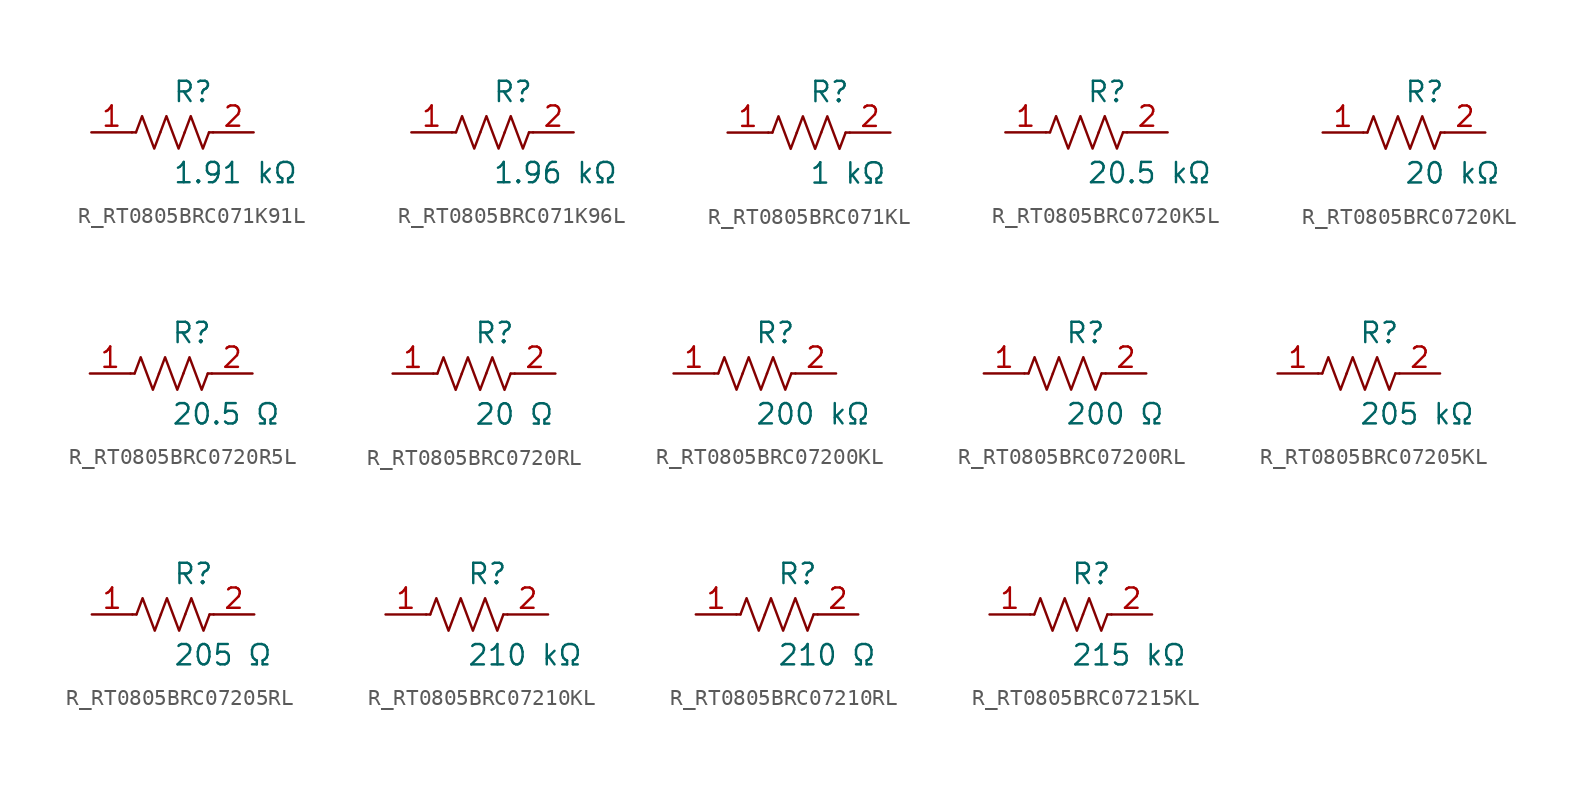
<source format=kicad_sym>
(kicad_symbol_lib
  (version 20231120)
  (generator kicad_symbol_editor)
  (generator_version 8.0)
  (symbol "R_RT0805BRC071K91L"
    (pin_names
      (offset 0.254))
    (property "Reference" "R"
      (at 0 2.54 0)
      (effects (font (size 1.27 1.27)) (justify left)))
    (property "Value" "1.91 kΩ"
      (at 0 -2.54 0)
      (effects (font (size 1.27 1.27)) (justify left)))
    (symbol "R_RT0805BRC071K91L_0_1"
      (polyline (pts (xy 2.286 0) (xy 2.54 0)) (stroke (width 0) (type default)) (fill (type none)))
      (polyline (pts (xy -2.286 0) (xy -2.54 0)) (stroke (width 0) (type default)) (fill (type none)))
      (polyline (pts (xy 0.762 0) (xy 1.143 1.016) (xy 1.524 0) (xy 1.905 -1.016) (xy 2.286 0)) (stroke (width 0) (type default)) (fill (type none)))
      (polyline (pts (xy -0.762 0) (xy -0.381 1.016) (xy 0 0) (xy 0.381 -1.016) (xy 0.762 0)) (stroke (width 0) (type default)) (fill (type none)))
      (polyline (pts (xy -2.286 0) (xy -1.905 1.016) (xy -1.524 0) (xy -1.143 -1.016) (xy -0.762 0)) (stroke (width 0) (type default)) (fill (type none))))
    (pin unspecified line
      (at -5.08 0 0)
      (length 2.54)
      (name "" (effects (font (size 1.27 1.27))))
      (number "1" (effects (font (size 1.27 1.27)))))
    (pin unspecified line
      (at 5.08 0 180)
      (length 2.54)
      (name "" (effects (font (size 1.27 1.27))))
      (number "2" (effects (font (size 1.27 1.27))))))
  (symbol "R_RT0805BRC071K96L"
    (pin_names
      (offset 0.254))
    (property "Reference" "R"
      (at 0 2.54 0)
      (effects (font (size 1.27 1.27)) (justify left)))
    (property "Value" "1.96 kΩ"
      (at 0 -2.54 0)
      (effects (font (size 1.27 1.27)) (justify left)))
    (symbol "R_RT0805BRC071K96L_0_1"
      (polyline (pts (xy 2.286 0) (xy 2.54 0)) (stroke (width 0) (type default)) (fill (type none)))
      (polyline (pts (xy -2.286 0) (xy -2.54 0)) (stroke (width 0) (type default)) (fill (type none)))
      (polyline (pts (xy 0.762 0) (xy 1.143 1.016) (xy 1.524 0) (xy 1.905 -1.016) (xy 2.286 0)) (stroke (width 0) (type default)) (fill (type none)))
      (polyline (pts (xy -0.762 0) (xy -0.381 1.016) (xy 0 0) (xy 0.381 -1.016) (xy 0.762 0)) (stroke (width 0) (type default)) (fill (type none)))
      (polyline (pts (xy -2.286 0) (xy -1.905 1.016) (xy -1.524 0) (xy -1.143 -1.016) (xy -0.762 0)) (stroke (width 0) (type default)) (fill (type none))))
    (pin unspecified line
      (at -5.08 0 0)
      (length 2.54)
      (name "" (effects (font (size 1.27 1.27))))
      (number "1" (effects (font (size 1.27 1.27)))))
    (pin unspecified line
      (at 5.08 0 180)
      (length 2.54)
      (name "" (effects (font (size 1.27 1.27))))
      (number "2" (effects (font (size 1.27 1.27))))))
  (symbol "R_RT0805BRC071KL"
    (pin_names
      (offset 0.254))
    (property "Reference" "R"
      (at 0 2.54 0)
      (effects (font (size 1.27 1.27)) (justify left)))
    (property "Value" "1 kΩ"
      (at 0 -2.54 0)
      (effects (font (size 1.27 1.27)) (justify left)))
    (symbol "R_RT0805BRC071KL_0_1"
      (polyline (pts (xy 2.286 0) (xy 2.54 0)) (stroke (width 0) (type default)) (fill (type none)))
      (polyline (pts (xy -2.286 0) (xy -2.54 0)) (stroke (width 0) (type default)) (fill (type none)))
      (polyline (pts (xy 0.762 0) (xy 1.143 1.016) (xy 1.524 0) (xy 1.905 -1.016) (xy 2.286 0)) (stroke (width 0) (type default)) (fill (type none)))
      (polyline (pts (xy -0.762 0) (xy -0.381 1.016) (xy 0 0) (xy 0.381 -1.016) (xy 0.762 0)) (stroke (width 0) (type default)) (fill (type none)))
      (polyline (pts (xy -2.286 0) (xy -1.905 1.016) (xy -1.524 0) (xy -1.143 -1.016) (xy -0.762 0)) (stroke (width 0) (type default)) (fill (type none))))
    (pin unspecified line
      (at -5.08 0 0)
      (length 2.54)
      (name "" (effects (font (size 1.27 1.27))))
      (number "1" (effects (font (size 1.27 1.27)))))
    (pin unspecified line
      (at 5.08 0 180)
      (length 2.54)
      (name "" (effects (font (size 1.27 1.27))))
      (number "2" (effects (font (size 1.27 1.27))))))
  (symbol "R_RT0805BRC0720K5L"
    (pin_names
      (offset 0.254))
    (property "Reference" "R"
      (at 0 2.54 0)
      (effects (font (size 1.27 1.27)) (justify left)))
    (property "Value" "20.5 kΩ"
      (at 0 -2.54 0)
      (effects (font (size 1.27 1.27)) (justify left)))
    (symbol "R_RT0805BRC0720K5L_0_1"
      (polyline (pts (xy 2.286 0) (xy 2.54 0)) (stroke (width 0) (type default)) (fill (type none)))
      (polyline (pts (xy -2.286 0) (xy -2.54 0)) (stroke (width 0) (type default)) (fill (type none)))
      (polyline (pts (xy 0.762 0) (xy 1.143 1.016) (xy 1.524 0) (xy 1.905 -1.016) (xy 2.286 0)) (stroke (width 0) (type default)) (fill (type none)))
      (polyline (pts (xy -0.762 0) (xy -0.381 1.016) (xy 0 0) (xy 0.381 -1.016) (xy 0.762 0)) (stroke (width 0) (type default)) (fill (type none)))
      (polyline (pts (xy -2.286 0) (xy -1.905 1.016) (xy -1.524 0) (xy -1.143 -1.016) (xy -0.762 0)) (stroke (width 0) (type default)) (fill (type none))))
    (pin unspecified line
      (at -5.08 0 0)
      (length 2.54)
      (name "" (effects (font (size 1.27 1.27))))
      (number "1" (effects (font (size 1.27 1.27)))))
    (pin unspecified line
      (at 5.08 0 180)
      (length 2.54)
      (name "" (effects (font (size 1.27 1.27))))
      (number "2" (effects (font (size 1.27 1.27))))))
  (symbol "R_RT0805BRC0720KL"
    (pin_names
      (offset 0.254))
    (property "Reference" "R"
      (at 0 2.54 0)
      (effects (font (size 1.27 1.27)) (justify left)))
    (property "Value" "20 kΩ"
      (at 0 -2.54 0)
      (effects (font (size 1.27 1.27)) (justify left)))
    (symbol "R_RT0805BRC0720KL_0_1"
      (polyline (pts (xy 2.286 0) (xy 2.54 0)) (stroke (width 0) (type default)) (fill (type none)))
      (polyline (pts (xy -2.286 0) (xy -2.54 0)) (stroke (width 0) (type default)) (fill (type none)))
      (polyline (pts (xy 0.762 0) (xy 1.143 1.016) (xy 1.524 0) (xy 1.905 -1.016) (xy 2.286 0)) (stroke (width 0) (type default)) (fill (type none)))
      (polyline (pts (xy -0.762 0) (xy -0.381 1.016) (xy 0 0) (xy 0.381 -1.016) (xy 0.762 0)) (stroke (width 0) (type default)) (fill (type none)))
      (polyline (pts (xy -2.286 0) (xy -1.905 1.016) (xy -1.524 0) (xy -1.143 -1.016) (xy -0.762 0)) (stroke (width 0) (type default)) (fill (type none))))
    (pin unspecified line
      (at -5.08 0 0)
      (length 2.54)
      (name "" (effects (font (size 1.27 1.27))))
      (number "1" (effects (font (size 1.27 1.27)))))
    (pin unspecified line
      (at 5.08 0 180)
      (length 2.54)
      (name "" (effects (font (size 1.27 1.27))))
      (number "2" (effects (font (size 1.27 1.27))))))
  (symbol "R_RT0805BRC0720R5L"
    (pin_names
      (offset 0.254))
    (property "Reference" "R"
      (at 0 2.54 0)
      (effects (font (size 1.27 1.27)) (justify left)))
    (property "Value" "20.5 Ω"
      (at 0 -2.54 0)
      (effects (font (size 1.27 1.27)) (justify left)))
    (symbol "R_RT0805BRC0720R5L_0_1"
      (polyline (pts (xy 2.286 0) (xy 2.54 0)) (stroke (width 0) (type default)) (fill (type none)))
      (polyline (pts (xy -2.286 0) (xy -2.54 0)) (stroke (width 0) (type default)) (fill (type none)))
      (polyline (pts (xy 0.762 0) (xy 1.143 1.016) (xy 1.524 0) (xy 1.905 -1.016) (xy 2.286 0)) (stroke (width 0) (type default)) (fill (type none)))
      (polyline (pts (xy -0.762 0) (xy -0.381 1.016) (xy 0 0) (xy 0.381 -1.016) (xy 0.762 0)) (stroke (width 0) (type default)) (fill (type none)))
      (polyline (pts (xy -2.286 0) (xy -1.905 1.016) (xy -1.524 0) (xy -1.143 -1.016) (xy -0.762 0)) (stroke (width 0) (type default)) (fill (type none))))
    (pin unspecified line
      (at -5.08 0 0)
      (length 2.54)
      (name "" (effects (font (size 1.27 1.27))))
      (number "1" (effects (font (size 1.27 1.27)))))
    (pin unspecified line
      (at 5.08 0 180)
      (length 2.54)
      (name "" (effects (font (size 1.27 1.27))))
      (number "2" (effects (font (size 1.27 1.27))))))
  (symbol "R_RT0805BRC0720RL"
    (pin_names
      (offset 0.254))
    (property "Reference" "R"
      (at 0 2.54 0)
      (effects (font (size 1.27 1.27)) (justify left)))
    (property "Value" "20 Ω"
      (at 0 -2.54 0)
      (effects (font (size 1.27 1.27)) (justify left)))
    (symbol "R_RT0805BRC0720RL_0_1"
      (polyline (pts (xy 2.286 0) (xy 2.54 0)) (stroke (width 0) (type default)) (fill (type none)))
      (polyline (pts (xy -2.286 0) (xy -2.54 0)) (stroke (width 0) (type default)) (fill (type none)))
      (polyline (pts (xy 0.762 0) (xy 1.143 1.016) (xy 1.524 0) (xy 1.905 -1.016) (xy 2.286 0)) (stroke (width 0) (type default)) (fill (type none)))
      (polyline (pts (xy -0.762 0) (xy -0.381 1.016) (xy 0 0) (xy 0.381 -1.016) (xy 0.762 0)) (stroke (width 0) (type default)) (fill (type none)))
      (polyline (pts (xy -2.286 0) (xy -1.905 1.016) (xy -1.524 0) (xy -1.143 -1.016) (xy -0.762 0)) (stroke (width 0) (type default)) (fill (type none))))
    (pin unspecified line
      (at -5.08 0 0)
      (length 2.54)
      (name "" (effects (font (size 1.27 1.27))))
      (number "1" (effects (font (size 1.27 1.27)))))
    (pin unspecified line
      (at 5.08 0 180)
      (length 2.54)
      (name "" (effects (font (size 1.27 1.27))))
      (number "2" (effects (font (size 1.27 1.27))))))
  (symbol "R_RT0805BRC07200KL"
    (pin_names
      (offset 0.254))
    (property "Reference" "R"
      (at 0 2.54 0)
      (effects (font (size 1.27 1.27)) (justify left)))
    (property "Value" "200 kΩ"
      (at 0 -2.54 0)
      (effects (font (size 1.27 1.27)) (justify left)))
    (symbol "R_RT0805BRC07200KL_0_1"
      (polyline (pts (xy 2.286 0) (xy 2.54 0)) (stroke (width 0) (type default)) (fill (type none)))
      (polyline (pts (xy -2.286 0) (xy -2.54 0)) (stroke (width 0) (type default)) (fill (type none)))
      (polyline (pts (xy 0.762 0) (xy 1.143 1.016) (xy 1.524 0) (xy 1.905 -1.016) (xy 2.286 0)) (stroke (width 0) (type default)) (fill (type none)))
      (polyline (pts (xy -0.762 0) (xy -0.381 1.016) (xy 0 0) (xy 0.381 -1.016) (xy 0.762 0)) (stroke (width 0) (type default)) (fill (type none)))
      (polyline (pts (xy -2.286 0) (xy -1.905 1.016) (xy -1.524 0) (xy -1.143 -1.016) (xy -0.762 0)) (stroke (width 0) (type default)) (fill (type none))))
    (pin unspecified line
      (at -5.08 0 0)
      (length 2.54)
      (name "" (effects (font (size 1.27 1.27))))
      (number "1" (effects (font (size 1.27 1.27)))))
    (pin unspecified line
      (at 5.08 0 180)
      (length 2.54)
      (name "" (effects (font (size 1.27 1.27))))
      (number "2" (effects (font (size 1.27 1.27))))))
  (symbol "R_RT0805BRC07200RL"
    (pin_names
      (offset 0.254))
    (property "Reference" "R"
      (at 0 2.54 0)
      (effects (font (size 1.27 1.27)) (justify left)))
    (property "Value" "200 Ω"
      (at 0 -2.54 0)
      (effects (font (size 1.27 1.27)) (justify left)))
    (symbol "R_RT0805BRC07200RL_0_1"
      (polyline (pts (xy 2.286 0) (xy 2.54 0)) (stroke (width 0) (type default)) (fill (type none)))
      (polyline (pts (xy -2.286 0) (xy -2.54 0)) (stroke (width 0) (type default)) (fill (type none)))
      (polyline (pts (xy 0.762 0) (xy 1.143 1.016) (xy 1.524 0) (xy 1.905 -1.016) (xy 2.286 0)) (stroke (width 0) (type default)) (fill (type none)))
      (polyline (pts (xy -0.762 0) (xy -0.381 1.016) (xy 0 0) (xy 0.381 -1.016) (xy 0.762 0)) (stroke (width 0) (type default)) (fill (type none)))
      (polyline (pts (xy -2.286 0) (xy -1.905 1.016) (xy -1.524 0) (xy -1.143 -1.016) (xy -0.762 0)) (stroke (width 0) (type default)) (fill (type none))))
    (pin unspecified line
      (at -5.08 0 0)
      (length 2.54)
      (name "" (effects (font (size 1.27 1.27))))
      (number "1" (effects (font (size 1.27 1.27)))))
    (pin unspecified line
      (at 5.08 0 180)
      (length 2.54)
      (name "" (effects (font (size 1.27 1.27))))
      (number "2" (effects (font (size 1.27 1.27))))))
  (symbol "R_RT0805BRC07205KL"
    (pin_names
      (offset 0.254))
    (property "Reference" "R"
      (at 0 2.54 0)
      (effects (font (size 1.27 1.27)) (justify left)))
    (property "Value" "205 kΩ"
      (at 0 -2.54 0)
      (effects (font (size 1.27 1.27)) (justify left)))
    (symbol "R_RT0805BRC07205KL_0_1"
      (polyline (pts (xy 2.286 0) (xy 2.54 0)) (stroke (width 0) (type default)) (fill (type none)))
      (polyline (pts (xy -2.286 0) (xy -2.54 0)) (stroke (width 0) (type default)) (fill (type none)))
      (polyline (pts (xy 0.762 0) (xy 1.143 1.016) (xy 1.524 0) (xy 1.905 -1.016) (xy 2.286 0)) (stroke (width 0) (type default)) (fill (type none)))
      (polyline (pts (xy -0.762 0) (xy -0.381 1.016) (xy 0 0) (xy 0.381 -1.016) (xy 0.762 0)) (stroke (width 0) (type default)) (fill (type none)))
      (polyline (pts (xy -2.286 0) (xy -1.905 1.016) (xy -1.524 0) (xy -1.143 -1.016) (xy -0.762 0)) (stroke (width 0) (type default)) (fill (type none))))
    (pin unspecified line
      (at -5.08 0 0)
      (length 2.54)
      (name "" (effects (font (size 1.27 1.27))))
      (number "1" (effects (font (size 1.27 1.27)))))
    (pin unspecified line
      (at 5.08 0 180)
      (length 2.54)
      (name "" (effects (font (size 1.27 1.27))))
      (number "2" (effects (font (size 1.27 1.27))))))
  (symbol "R_RT0805BRC07205RL"
    (pin_names
      (offset 0.254))
    (property "Reference" "R"
      (at 0 2.54 0)
      (effects (font (size 1.27 1.27)) (justify left)))
    (property "Value" "205 Ω"
      (at 0 -2.54 0)
      (effects (font (size 1.27 1.27)) (justify left)))
    (symbol "R_RT0805BRC07205RL_0_1"
      (polyline (pts (xy 2.286 0) (xy 2.54 0)) (stroke (width 0) (type default)) (fill (type none)))
      (polyline (pts (xy -2.286 0) (xy -2.54 0)) (stroke (width 0) (type default)) (fill (type none)))
      (polyline (pts (xy 0.762 0) (xy 1.143 1.016) (xy 1.524 0) (xy 1.905 -1.016) (xy 2.286 0)) (stroke (width 0) (type default)) (fill (type none)))
      (polyline (pts (xy -0.762 0) (xy -0.381 1.016) (xy 0 0) (xy 0.381 -1.016) (xy 0.762 0)) (stroke (width 0) (type default)) (fill (type none)))
      (polyline (pts (xy -2.286 0) (xy -1.905 1.016) (xy -1.524 0) (xy -1.143 -1.016) (xy -0.762 0)) (stroke (width 0) (type default)) (fill (type none))))
    (pin unspecified line
      (at -5.08 0 0)
      (length 2.54)
      (name "" (effects (font (size 1.27 1.27))))
      (number "1" (effects (font (size 1.27 1.27)))))
    (pin unspecified line
      (at 5.08 0 180)
      (length 2.54)
      (name "" (effects (font (size 1.27 1.27))))
      (number "2" (effects (font (size 1.27 1.27))))))
  (symbol "R_RT0805BRC07210KL"
    (pin_names
      (offset 0.254))
    (property "Reference" "R"
      (at 0 2.54 0)
      (effects (font (size 1.27 1.27)) (justify left)))
    (property "Value" "210 kΩ"
      (at 0 -2.54 0)
      (effects (font (size 1.27 1.27)) (justify left)))
    (symbol "R_RT0805BRC07210KL_0_1"
      (polyline (pts (xy 2.286 0) (xy 2.54 0)) (stroke (width 0) (type default)) (fill (type none)))
      (polyline (pts (xy -2.286 0) (xy -2.54 0)) (stroke (width 0) (type default)) (fill (type none)))
      (polyline (pts (xy 0.762 0) (xy 1.143 1.016) (xy 1.524 0) (xy 1.905 -1.016) (xy 2.286 0)) (stroke (width 0) (type default)) (fill (type none)))
      (polyline (pts (xy -0.762 0) (xy -0.381 1.016) (xy 0 0) (xy 0.381 -1.016) (xy 0.762 0)) (stroke (width 0) (type default)) (fill (type none)))
      (polyline (pts (xy -2.286 0) (xy -1.905 1.016) (xy -1.524 0) (xy -1.143 -1.016) (xy -0.762 0)) (stroke (width 0) (type default)) (fill (type none))))
    (pin unspecified line
      (at -5.08 0 0)
      (length 2.54)
      (name "" (effects (font (size 1.27 1.27))))
      (number "1" (effects (font (size 1.27 1.27)))))
    (pin unspecified line
      (at 5.08 0 180)
      (length 2.54)
      (name "" (effects (font (size 1.27 1.27))))
      (number "2" (effects (font (size 1.27 1.27))))))
  (symbol "R_RT0805BRC07210RL"
    (pin_names
      (offset 0.254))
    (property "Reference" "R"
      (at 0 2.54 0)
      (effects (font (size 1.27 1.27)) (justify left)))
    (property "Value" "210 Ω"
      (at 0 -2.54 0)
      (effects (font (size 1.27 1.27)) (justify left)))
    (symbol "R_RT0805BRC07210RL_0_1"
      (polyline (pts (xy 2.286 0) (xy 2.54 0)) (stroke (width 0) (type default)) (fill (type none)))
      (polyline (pts (xy -2.286 0) (xy -2.54 0)) (stroke (width 0) (type default)) (fill (type none)))
      (polyline (pts (xy 0.762 0) (xy 1.143 1.016) (xy 1.524 0) (xy 1.905 -1.016) (xy 2.286 0)) (stroke (width 0) (type default)) (fill (type none)))
      (polyline (pts (xy -0.762 0) (xy -0.381 1.016) (xy 0 0) (xy 0.381 -1.016) (xy 0.762 0)) (stroke (width 0) (type default)) (fill (type none)))
      (polyline (pts (xy -2.286 0) (xy -1.905 1.016) (xy -1.524 0) (xy -1.143 -1.016) (xy -0.762 0)) (stroke (width 0) (type default)) (fill (type none))))
    (pin unspecified line
      (at -5.08 0 0)
      (length 2.54)
      (name "" (effects (font (size 1.27 1.27))))
      (number "1" (effects (font (size 1.27 1.27)))))
    (pin unspecified line
      (at 5.08 0 180)
      (length 2.54)
      (name "" (effects (font (size 1.27 1.27))))
      (number "2" (effects (font (size 1.27 1.27))))))
  (symbol "R_RT0805BRC07215KL"
    (pin_names
      (offset 0.254))
    (property "Reference" "R"
      (at 0 2.54 0)
      (effects (font (size 1.27 1.27)) (justify left)))
    (property "Value" "215 kΩ"
      (at 0 -2.54 0)
      (effects (font (size 1.27 1.27)) (justify left)))
    (symbol "R_RT0805BRC07215KL_0_1"
      (polyline (pts (xy 2.286 0) (xy 2.54 0)) (stroke (width 0) (type default)) (fill (type none)))
      (polyline (pts (xy -2.286 0) (xy -2.54 0)) (stroke (width 0) (type default)) (fill (type none)))
      (polyline (pts (xy 0.762 0) (xy 1.143 1.016) (xy 1.524 0) (xy 1.905 -1.016) (xy 2.286 0)) (stroke (width 0) (type default)) (fill (type none)))
      (polyline (pts (xy -0.762 0) (xy -0.381 1.016) (xy 0 0) (xy 0.381 -1.016) (xy 0.762 0)) (stroke (width 0) (type default)) (fill (type none)))
      (polyline (pts (xy -2.286 0) (xy -1.905 1.016) (xy -1.524 0) (xy -1.143 -1.016) (xy -0.762 0)) (stroke (width 0) (type default)) (fill (type none))))
    (pin unspecified line
      (at -5.08 0 0)
      (length 2.54)
      (name "" (effects (font (size 1.27 1.27))))
      (number "1" (effects (font (size 1.27 1.27)))))
    (pin unspecified line
      (at 5.08 0 180)
      (length 2.54)
      (name "" (effects (font (size 1.27 1.27))))
      (number "2" (effects (font (size 1.27 1.27)))))))
</source>
